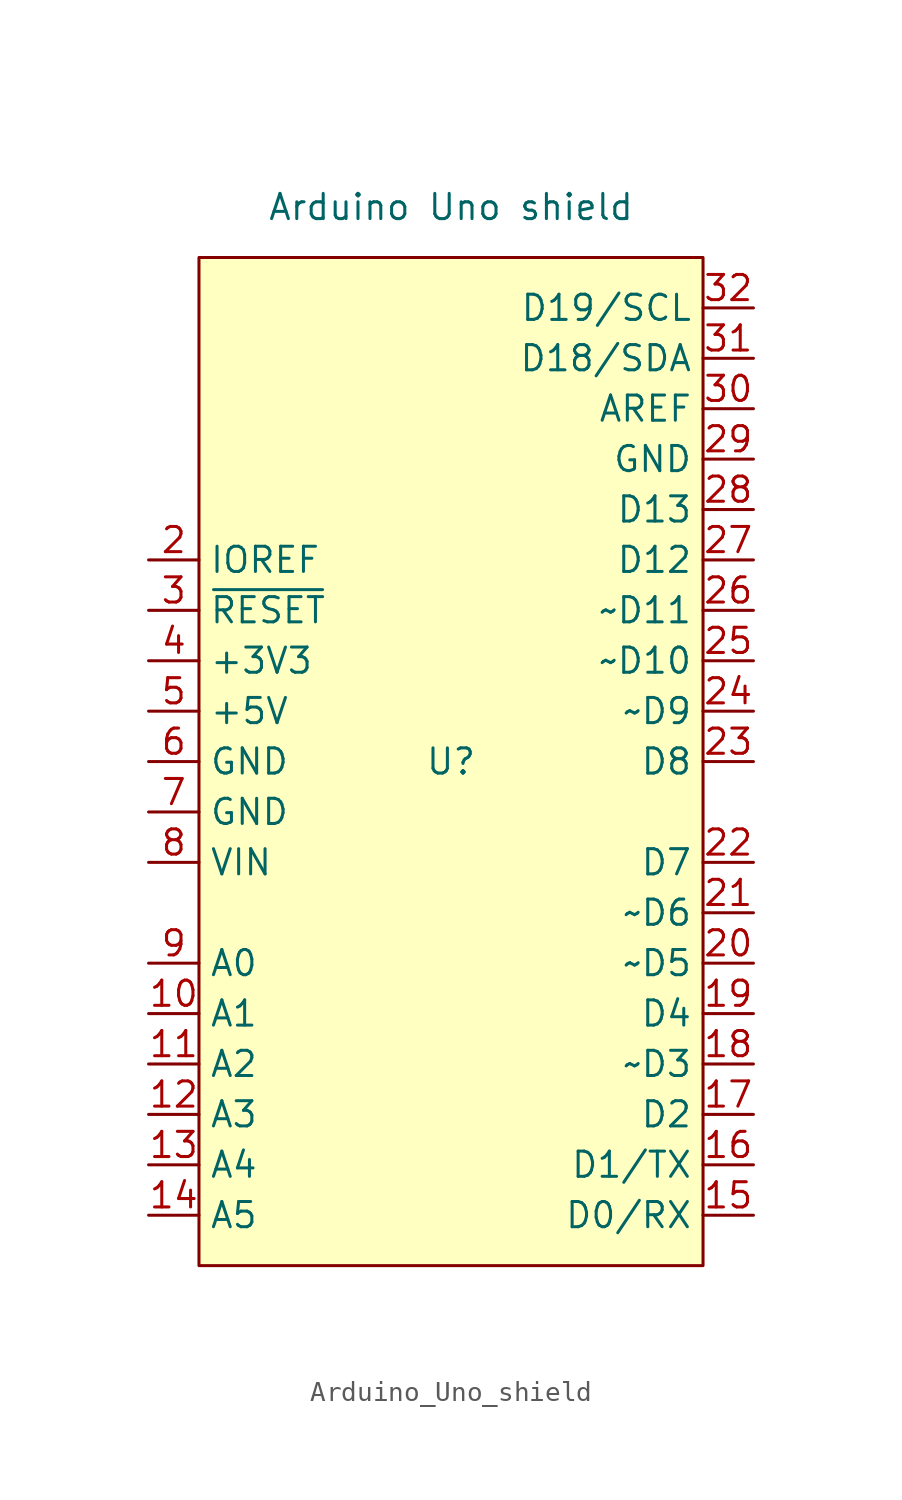
<source format=kicad_sym>
(kicad_symbol_lib
  (version 20231120)
  (generator "kicad_symbol_editor")
  (generator_version "8.0")
  (symbol "Arduino_Uno_shield"
    (property "Reference" "U"
      (at 0 0 0)
      (effects (font (size 1.27 1.27))))
    (property "Value" "Arduino Uno shield"
      (at 0 27.94 0)
      (effects (font (size 1.27 1.27))))
    (symbol "Arduino_Uno_shield_1_1"
      (rectangle (start -12.7 25.4) (end 12.7 -25.4) (stroke (width 0) (type default)) (fill (type background)))
      (pin no_connect line (at -15.24 12.7 0) (length 2.54) hide (name "NC" (effects (font (size 1.27 1.27)))) (number "1" (effects (font (size 1.27 1.27)))))
      (pin bidirectional line (at -15.24 -12.7 0) (length 2.54) (name "A1" (effects (font (size 1.27 1.27)))) (number "10" (effects (font (size 1.27 1.27)))))
      (pin bidirectional line (at -15.24 -15.24 0) (length 2.54) (name "A2" (effects (font (size 1.27 1.27)))) (number "11" (effects (font (size 1.27 1.27)))))
      (pin bidirectional line (at -15.24 -17.78 0) (length 2.54) (name "A3" (effects (font (size 1.27 1.27)))) (number "12" (effects (font (size 1.27 1.27)))))
      (pin bidirectional line (at -15.24 -20.32 0) (length 2.54) (name "A4" (effects (font (size 1.27 1.27)))) (number "13" (effects (font (size 1.27 1.27)))))
      (pin bidirectional line (at -15.24 -22.86 0) (length 2.54) (name "A5" (effects (font (size 1.27 1.27)))) (number "14" (effects (font (size 1.27 1.27)))))
      (pin bidirectional line (at 15.24 -22.86 180) (length 2.54) (name "D0/RX" (effects (font (size 1.27 1.27)))) (number "15" (effects (font (size 1.27 1.27)))))
      (pin bidirectional line (at 15.24 -20.32 180) (length 2.54) (name "D1/TX" (effects (font (size 1.27 1.27)))) (number "16" (effects (font (size 1.27 1.27)))))
      (pin bidirectional line (at 15.24 -17.78 180) (length 2.54) (name "D2" (effects (font (size 1.27 1.27)))) (number "17" (effects (font (size 1.27 1.27)))))
      (pin bidirectional line (at 15.24 -15.24 180) (length 2.54) (name "~D3" (effects (font (size 1.27 1.27)))) (number "18" (effects (font (size 1.27 1.27)))))
      (pin bidirectional line (at 15.24 -12.7 180) (length 2.54) (name "D4" (effects (font (size 1.27 1.27)))) (number "19" (effects (font (size 1.27 1.27)))))
      (pin input line (at -15.24 10.16 0) (length 2.54) (name "IOREF" (effects (font (size 1.27 1.27)))) (number "2" (effects (font (size 1.27 1.27)))))
      (pin bidirectional line (at 15.24 -10.16 180) (length 2.54) (name "~D5" (effects (font (size 1.27 1.27)))) (number "20" (effects (font (size 1.27 1.27)))))
      (pin bidirectional line (at 15.24 -7.62 180) (length 2.54) (name "~D6" (effects (font (size 1.27 1.27)))) (number "21" (effects (font (size 1.27 1.27)))))
      (pin bidirectional line (at 15.24 -5.08 180) (length 2.54) (name "D7" (effects (font (size 1.27 1.27)))) (number "22" (effects (font (size 1.27 1.27)))))
      (pin bidirectional line (at 15.24 0 180) (length 2.54) (name "D8" (effects (font (size 1.27 1.27)))) (number "23" (effects (font (size 1.27 1.27)))))
      (pin bidirectional line (at 15.24 2.54 180) (length 2.54) (name "~D9" (effects (font (size 1.27 1.27)))) (number "24" (effects (font (size 1.27 1.27)))))
      (pin bidirectional line (at 15.24 5.08 180) (length 2.54) (name "~D10" (effects (font (size 1.27 1.27)))) (number "25" (effects (font (size 1.27 1.27)))))
      (pin bidirectional line (at 15.24 7.62 180) (length 2.54) (name "~D11" (effects (font (size 1.27 1.27)))) (number "26" (effects (font (size 1.27 1.27)))))
      (pin bidirectional line (at 15.24 10.16 180) (length 2.54) (name "D12" (effects (font (size 1.27 1.27)))) (number "27" (effects (font (size 1.27 1.27)))))
      (pin bidirectional line (at 15.24 12.7 180) (length 2.54) (name "D13" (effects (font (size 1.27 1.27)))) (number "28" (effects (font (size 1.27 1.27)))))
      (pin power_in line (at 15.24 15.24 180) (length 2.54) (name "GND" (effects (font (size 1.27 1.27)))) (number "29" (effects (font (size 1.27 1.27)))))
      (pin input line (at -15.24 7.62 0) (length 2.54) (name "~{RESET}" (effects (font (size 1.27 1.27)))) (number "3" (effects (font (size 1.27 1.27)))))
      (pin input line (at 15.24 17.78 180) (length 2.54) (name "AREF" (effects (font (size 1.27 1.27)))) (number "30" (effects (font (size 1.27 1.27)))))
      (pin bidirectional line (at 15.24 20.32 180) (length 2.54) (name "D18/SDA" (effects (font (size 1.27 1.27)))) (number "31" (effects (font (size 1.27 1.27)))))
      (pin bidirectional line (at 15.24 22.86 180) (length 2.54) (name "D19/SCL" (effects (font (size 1.27 1.27)))) (number "32" (effects (font (size 1.27 1.27)))))
      (pin power_out line (at -15.24 5.08 0) (length 2.54) (name "+3V3" (effects (font (size 1.27 1.27)))) (number "4" (effects (font (size 1.27 1.27)))))
      (pin power_out line (at -15.24 2.54 0) (length 2.54) (name "+5V" (effects (font (size 1.27 1.27)))) (number "5" (effects (font (size 1.27 1.27)))))
      (pin power_out line (at -15.24 0 0) (length 2.54) (name "GND" (effects (font (size 1.27 1.27)))) (number "6" (effects (font (size 1.27 1.27)))))
      (pin power_in line (at -15.24 -2.54 0) (length 2.54) (name "GND" (effects (font (size 1.27 1.27)))) (number "7" (effects (font (size 1.27 1.27)))))
      (pin power_in line (at -15.24 -5.08 0) (length 2.54) (name "VIN" (effects (font (size 1.27 1.27)))) (number "8" (effects (font (size 1.27 1.27)))))
      (pin bidirectional line (at -15.24 -10.16 0) (length 2.54) (name "A0" (effects (font (size 1.27 1.27)))) (number "9" (effects (font (size 1.27 1.27))))))))
</source>
